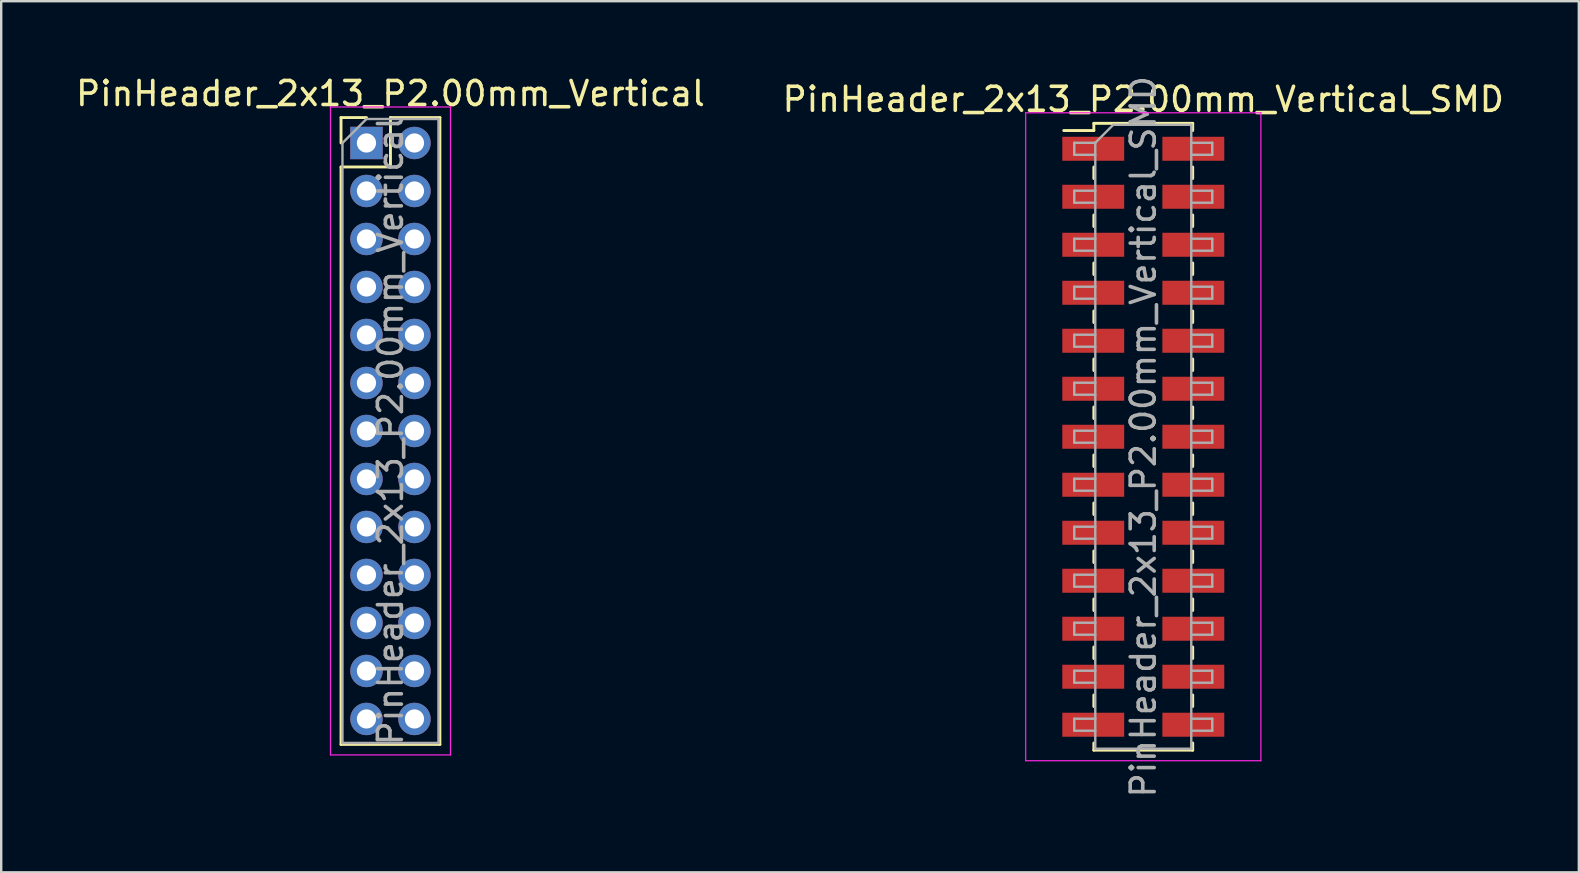
<source format=kicad_pcb>
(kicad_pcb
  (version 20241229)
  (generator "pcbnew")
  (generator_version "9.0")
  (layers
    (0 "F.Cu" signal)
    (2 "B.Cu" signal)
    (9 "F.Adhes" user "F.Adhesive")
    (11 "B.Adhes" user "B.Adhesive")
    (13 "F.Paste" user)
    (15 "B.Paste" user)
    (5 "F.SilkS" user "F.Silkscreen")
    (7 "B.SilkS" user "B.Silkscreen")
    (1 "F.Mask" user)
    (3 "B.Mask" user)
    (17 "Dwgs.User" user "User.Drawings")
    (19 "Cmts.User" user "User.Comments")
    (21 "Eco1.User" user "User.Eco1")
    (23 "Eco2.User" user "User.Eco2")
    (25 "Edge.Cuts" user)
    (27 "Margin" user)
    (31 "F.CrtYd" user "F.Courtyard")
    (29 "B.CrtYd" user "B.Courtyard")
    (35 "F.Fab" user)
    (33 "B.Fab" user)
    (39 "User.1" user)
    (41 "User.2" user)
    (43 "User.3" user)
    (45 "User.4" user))
  (footprint "PinHeader_2x13_P2.00mm_Vertical_SMD"
    (layer "F.Cu")
    (at 44.589 15.149)
    (property "Reference" "PinHeader_2x13_P2.00mm_Vertical_SMD" (at 0 -14.06 0) (layer "F.SilkS") (effects (font (size 1 1) (thickness 0.15))))
    (attr smd)
    (fp_line (start -3.315 -12.76) (end -2.06 -12.76) (stroke (width 0.12) (type solid)) (layer "F.SilkS"))
    (fp_line (start -2.06 -13.06) (end -2.06 -12.76) (stroke (width 0.12) (type solid)) (layer "F.SilkS"))
    (fp_line (start -2.06 -13.06) (end 2.06 -13.06) (stroke (width 0.12) (type solid)) (layer "F.SilkS"))
    (fp_line (start -2.06 -11.24) (end -2.06 -10.76) (stroke (width 0.12) (type solid)) (layer "F.SilkS"))
    (fp_line (start -2.06 -9.24) (end -2.06 -8.76) (stroke (width 0.12) (type solid)) (layer "F.SilkS"))
    (fp_line (start -2.06 -7.24) (end -2.06 -6.76) (stroke (width 0.12) (type solid)) (layer "F.SilkS"))
    (fp_line (start -2.06 -5.24) (end -2.06 -4.76) (stroke (width 0.12) (type solid)) (layer "F.SilkS"))
    (fp_line (start -2.06 -3.24) (end -2.06 -2.76) (stroke (width 0.12) (type solid)) (layer "F.SilkS"))
    (fp_line (start -2.06 -1.24) (end -2.06 -0.76) (stroke (width 0.12) (type solid)) (layer "F.SilkS"))
    (fp_line (start -2.06 0.76) (end -2.06 1.24) (stroke (width 0.12) (type solid)) (layer "F.SilkS"))
    (fp_line (start -2.06 2.76) (end -2.06 3.24) (stroke (width 0.12) (type solid)) (layer "F.SilkS"))
    (fp_line (start -2.06 4.76) (end -2.06 5.24) (stroke (width 0.12) (type solid)) (layer "F.SilkS"))
    (fp_line (start -2.06 6.76) (end -2.06 7.24) (stroke (width 0.12) (type solid)) (layer "F.SilkS"))
    (fp_line (start -2.06 8.76) (end -2.06 9.24) (stroke (width 0.12) (type solid)) (layer "F.SilkS"))
    (fp_line (start -2.06 10.76) (end -2.06 11.24) (stroke (width 0.12) (type solid)) (layer "F.SilkS"))
    (fp_line (start -2.06 12.76) (end -2.06 13.06) (stroke (width 0.12) (type solid)) (layer "F.SilkS"))
    (fp_line (start -2.06 13.06) (end 2.06 13.06) (stroke (width 0.12) (type solid)) (layer "F.SilkS"))
    (fp_line (start 2.06 -13.06) (end 2.06 -12.76) (stroke (width 0.12) (type solid)) (layer "F.SilkS"))
    (fp_line (start 2.06 -11.24) (end 2.06 -10.76) (stroke (width 0.12) (type solid)) (layer "F.SilkS"))
    (fp_line (start 2.06 -9.24) (end 2.06 -8.76) (stroke (width 0.12) (type solid)) (layer "F.SilkS"))
    (fp_line (start 2.06 -7.24) (end 2.06 -6.76) (stroke (width 0.12) (type solid)) (layer "F.SilkS"))
    (fp_line (start 2.06 -5.24) (end 2.06 -4.76) (stroke (width 0.12) (type solid)) (layer "F.SilkS"))
    (fp_line (start 2.06 -3.24) (end 2.06 -2.76) (stroke (width 0.12) (type solid)) (layer "F.SilkS"))
    (fp_line (start 2.06 -1.24) (end 2.06 -0.76) (stroke (width 0.12) (type solid)) (layer "F.SilkS"))
    (fp_line (start 2.06 0.76) (end 2.06 1.24) (stroke (width 0.12) (type solid)) (layer "F.SilkS"))
    (fp_line (start 2.06 2.76) (end 2.06 3.24) (stroke (width 0.12) (type solid)) (layer "F.SilkS"))
    (fp_line (start 2.06 4.76) (end 2.06 5.24) (stroke (width 0.12) (type solid)) (layer "F.SilkS"))
    (fp_line (start 2.06 6.76) (end 2.06 7.24) (stroke (width 0.12) (type solid)) (layer "F.SilkS"))
    (fp_line (start 2.06 8.76) (end 2.06 9.24) (stroke (width 0.12) (type solid)) (layer "F.SilkS"))
    (fp_line (start 2.06 10.76) (end 2.06 11.24) (stroke (width 0.12) (type solid)) (layer "F.SilkS"))
    (fp_line (start 2.06 12.76) (end 2.06 13.06) (stroke (width 0.12) (type solid)) (layer "F.SilkS"))
    (fp_line (start -4.9 -13.5) (end -4.9 13.5) (stroke (width 0.05) (type solid)) (layer "F.CrtYd"))
    (fp_line (start -4.9 13.5) (end 4.9 13.5) (stroke (width 0.05) (type solid)) (layer "F.CrtYd"))
    (fp_line (start 4.9 -13.5) (end -4.9 -13.5) (stroke (width 0.05) (type solid)) (layer "F.CrtYd"))
    (fp_line (start 4.9 13.5) (end 4.9 -13.5) (stroke (width 0.05) (type solid)) (layer "F.CrtYd"))
    (fp_line (start -2.875 -12.25) (end -2.875 -11.75) (stroke (width 0.1) (type solid)) (layer "F.Fab"))
    (fp_line (start -2.875 -11.75) (end -2 -11.75) (stroke (width 0.1) (type solid)) (layer "F.Fab"))
    (fp_line (start -2.875 -10.25) (end -2.875 -9.75) (stroke (width 0.1) (type solid)) (layer "F.Fab"))
    (fp_line (start -2.875 -9.75) (end -2 -9.75) (stroke (width 0.1) (type solid)) (layer "F.Fab"))
    (fp_line (start -2.875 -8.25) (end -2.875 -7.75) (stroke (width 0.1) (type solid)) (layer "F.Fab"))
    (fp_line (start -2.875 -7.75) (end -2 -7.75) (stroke (width 0.1) (type solid)) (layer "F.Fab"))
    (fp_line (start -2.875 -6.25) (end -2.875 -5.75) (stroke (width 0.1) (type solid)) (layer "F.Fab"))
    (fp_line (start -2.875 -5.75) (end -2 -5.75) (stroke (width 0.1) (type solid)) (layer "F.Fab"))
    (fp_line (start -2.875 -4.25) (end -2.875 -3.75) (stroke (width 0.1) (type solid)) (layer "F.Fab"))
    (fp_line (start -2.875 -3.75) (end -2 -3.75) (stroke (width 0.1) (type solid)) (layer "F.Fab"))
    (fp_line (start -2.875 -2.25) (end -2.875 -1.75) (stroke (width 0.1) (type solid)) (layer "F.Fab"))
    (fp_line (start -2.875 -1.75) (end -2 -1.75) (stroke (width 0.1) (type solid)) (layer "F.Fab"))
    (fp_line (start -2.875 -0.25) (end -2.875 0.25) (stroke (width 0.1) (type solid)) (layer "F.Fab"))
    (fp_line (start -2.875 0.25) (end -2 0.25) (stroke (width 0.1) (type solid)) (layer "F.Fab"))
    (fp_line (start -2.875 1.75) (end -2.875 2.25) (stroke (width 0.1) (type solid)) (layer "F.Fab"))
    (fp_line (start -2.875 2.25) (end -2 2.25) (stroke (width 0.1) (type solid)) (layer "F.Fab"))
    (fp_line (start -2.875 3.75) (end -2.875 4.25) (stroke (width 0.1) (type solid)) (layer "F.Fab"))
    (fp_line (start -2.875 4.25) (end -2 4.25) (stroke (width 0.1) (type solid)) (layer "F.Fab"))
    (fp_line (start -2.875 5.75) (end -2.875 6.25) (stroke (width 0.1) (type solid)) (layer "F.Fab"))
    (fp_line (start -2.875 6.25) (end -2 6.25) (stroke (width 0.1) (type solid)) (layer "F.Fab"))
    (fp_line (start -2.875 7.75) (end -2.875 8.25) (stroke (width 0.1) (type solid)) (layer "F.Fab"))
    (fp_line (start -2.875 8.25) (end -2 8.25) (stroke (width 0.1) (type solid)) (layer "F.Fab"))
    (fp_line (start -2.875 9.75) (end -2.875 10.25) (stroke (width 0.1) (type solid)) (layer "F.Fab"))
    (fp_line (start -2.875 10.25) (end -2 10.25) (stroke (width 0.1) (type solid)) (layer "F.Fab"))
    (fp_line (start -2.875 11.75) (end -2.875 12.25) (stroke (width 0.1) (type solid)) (layer "F.Fab"))
    (fp_line (start -2.875 12.25) (end -2 12.25) (stroke (width 0.1) (type solid)) (layer "F.Fab"))
    (fp_line (start -2 -12.25) (end -2.875 -12.25) (stroke (width 0.1) (type solid)) (layer "F.Fab"))
    (fp_line (start -2 -12.25) (end -1.25 -13) (stroke (width 0.1) (type solid)) (layer "F.Fab"))
    (fp_line (start -2 -10.25) (end -2.875 -10.25) (stroke (width 0.1) (type solid)) (layer "F.Fab"))
    (fp_line (start -2 -8.25) (end -2.875 -8.25) (stroke (width 0.1) (type solid)) (layer "F.Fab"))
    (fp_line (start -2 -6.25) (end -2.875 -6.25) (stroke (width 0.1) (type solid)) (layer "F.Fab"))
    (fp_line (start -2 -4.25) (end -2.875 -4.25) (stroke (width 0.1) (type solid)) (layer "F.Fab"))
    (fp_line (start -2 -2.25) (end -2.875 -2.25) (stroke (width 0.1) (type solid)) (layer "F.Fab"))
    (fp_line (start -2 -0.25) (end -2.875 -0.25) (stroke (width 0.1) (type solid)) (layer "F.Fab"))
    (fp_line (start -2 1.75) (end -2.875 1.75) (stroke (width 0.1) (type solid)) (layer "F.Fab"))
    (fp_line (start -2 3.75) (end -2.875 3.75) (stroke (width 0.1) (type solid)) (layer "F.Fab"))
    (fp_line (start -2 5.75) (end -2.875 5.75) (stroke (width 0.1) (type solid)) (layer "F.Fab"))
    (fp_line (start -2 7.75) (end -2.875 7.75) (stroke (width 0.1) (type solid)) (layer "F.Fab"))
    (fp_line (start -2 9.75) (end -2.875 9.75) (stroke (width 0.1) (type solid)) (layer "F.Fab"))
    (fp_line (start -2 11.75) (end -2.875 11.75) (stroke (width 0.1) (type solid)) (layer "F.Fab"))
    (fp_line (start -2 13) (end -2 -12.25) (stroke (width 0.1) (type solid)) (layer "F.Fab"))
    (fp_line (start -1.25 -13) (end 2 -13) (stroke (width 0.1) (type solid)) (layer "F.Fab"))
    (fp_line (start 2 -13) (end 2 13) (stroke (width 0.1) (type solid)) (layer "F.Fab"))
    (fp_line (start 2 -12.25) (end 2.875 -12.25) (stroke (width 0.1) (type solid)) (layer "F.Fab"))
    (fp_line (start 2 -10.25) (end 2.875 -10.25) (stroke (width 0.1) (type solid)) (layer "F.Fab"))
    (fp_line (start 2 -8.25) (end 2.875 -8.25) (stroke (width 0.1) (type solid)) (layer "F.Fab"))
    (fp_line (start 2 -6.25) (end 2.875 -6.25) (stroke (width 0.1) (type solid)) (layer "F.Fab"))
    (fp_line (start 2 -4.25) (end 2.875 -4.25) (stroke (width 0.1) (type solid)) (layer "F.Fab"))
    (fp_line (start 2 -2.25) (end 2.875 -2.25) (stroke (width 0.1) (type solid)) (layer "F.Fab"))
    (fp_line (start 2 -0.25) (end 2.875 -0.25) (stroke (width 0.1) (type solid)) (layer "F.Fab"))
    (fp_line (start 2 1.75) (end 2.875 1.75) (stroke (width 0.1) (type solid)) (layer "F.Fab"))
    (fp_line (start 2 3.75) (end 2.875 3.75) (stroke (width 0.1) (type solid)) (layer "F.Fab"))
    (fp_line (start 2 5.75) (end 2.875 5.75) (stroke (width 0.1) (type solid)) (layer "F.Fab"))
    (fp_line (start 2 7.75) (end 2.875 7.75) (stroke (width 0.1) (type solid)) (layer "F.Fab"))
    (fp_line (start 2 9.75) (end 2.875 9.75) (stroke (width 0.1) (type solid)) (layer "F.Fab"))
    (fp_line (start 2 11.75) (end 2.875 11.75) (stroke (width 0.1) (type solid)) (layer "F.Fab"))
    (fp_line (start 2 13) (end -2 13) (stroke (width 0.1) (type solid)) (layer "F.Fab"))
    (fp_line (start 2.875 -12.25) (end 2.875 -11.75) (stroke (width 0.1) (type solid)) (layer "F.Fab"))
    (fp_line (start 2.875 -11.75) (end 2 -11.75) (stroke (width 0.1) (type solid)) (layer "F.Fab"))
    (fp_line (start 2.875 -10.25) (end 2.875 -9.75) (stroke (width 0.1) (type solid)) (layer "F.Fab"))
    (fp_line (start 2.875 -9.75) (end 2 -9.75) (stroke (width 0.1) (type solid)) (layer "F.Fab"))
    (fp_line (start 2.875 -8.25) (end 2.875 -7.75) (stroke (width 0.1) (type solid)) (layer "F.Fab"))
    (fp_line (start 2.875 -7.75) (end 2 -7.75) (stroke (width 0.1) (type solid)) (layer "F.Fab"))
    (fp_line (start 2.875 -6.25) (end 2.875 -5.75) (stroke (width 0.1) (type solid)) (layer "F.Fab"))
    (fp_line (start 2.875 -5.75) (end 2 -5.75) (stroke (width 0.1) (type solid)) (layer "F.Fab"))
    (fp_line (start 2.875 -4.25) (end 2.875 -3.75) (stroke (width 0.1) (type solid)) (layer "F.Fab"))
    (fp_line (start 2.875 -3.75) (end 2 -3.75) (stroke (width 0.1) (type solid)) (layer "F.Fab"))
    (fp_line (start 2.875 -2.25) (end 2.875 -1.75) (stroke (width 0.1) (type solid)) (layer "F.Fab"))
    (fp_line (start 2.875 -1.75) (end 2 -1.75) (stroke (width 0.1) (type solid)) (layer "F.Fab"))
    (fp_line (start 2.875 -0.25) (end 2.875 0.25) (stroke (width 0.1) (type solid)) (layer "F.Fab"))
    (fp_line (start 2.875 0.25) (end 2 0.25) (stroke (width 0.1) (type solid)) (layer "F.Fab"))
    (fp_line (start 2.875 1.75) (end 2.875 2.25) (stroke (width 0.1) (type solid)) (layer "F.Fab"))
    (fp_line (start 2.875 2.25) (end 2 2.25) (stroke (width 0.1) (type solid)) (layer "F.Fab"))
    (fp_line (start 2.875 3.75) (end 2.875 4.25) (stroke (width 0.1) (type solid)) (layer "F.Fab"))
    (fp_line (start 2.875 4.25) (end 2 4.25) (stroke (width 0.1) (type solid)) (layer "F.Fab"))
    (fp_line (start 2.875 5.75) (end 2.875 6.25) (stroke (width 0.1) (type solid)) (layer "F.Fab"))
    (fp_line (start 2.875 6.25) (end 2 6.25) (stroke (width 0.1) (type solid)) (layer "F.Fab"))
    (fp_line (start 2.875 7.75) (end 2.875 8.25) (stroke (width 0.1) (type solid)) (layer "F.Fab"))
    (fp_line (start 2.875 8.25) (end 2 8.25) (stroke (width 0.1) (type solid)) (layer "F.Fab"))
    (fp_line (start 2.875 9.75) (end 2.875 10.25) (stroke (width 0.1) (type solid)) (layer "F.Fab"))
    (fp_line (start 2.875 10.25) (end 2 10.25) (stroke (width 0.1) (type solid)) (layer "F.Fab"))
    (fp_line (start 2.875 11.75) (end 2.875 12.25) (stroke (width 0.1) (type solid)) (layer "F.Fab"))
    (fp_line (start 2.875 12.25) (end 2 12.25) (stroke (width 0.1) (type solid)) (layer "F.Fab"))
    (fp_text user "${REFERENCE}" (at 0 0 90) (layer "F.Fab") (effects (font (size 1 1) (thickness 0.15))))
    (pad "1" smd rect (at -2.085 -12) (size 2.58 1) (layers "F.Cu" "F.Mask" "F.Paste"))
    (pad "2" smd rect (at 2.085 -12) (size 2.58 1) (layers "F.Cu" "F.Mask" "F.Paste"))
    (pad "3" smd rect (at -2.085 -10) (size 2.58 1) (layers "F.Cu" "F.Mask" "F.Paste"))
    (pad "4" smd rect (at 2.085 -10) (size 2.58 1) (layers "F.Cu" "F.Mask" "F.Paste"))
    (pad "5" smd rect (at -2.085 -8) (size 2.58 1) (layers "F.Cu" "F.Mask" "F.Paste"))
    (pad "6" smd rect (at 2.085 -8) (size 2.58 1) (layers "F.Cu" "F.Mask" "F.Paste"))
    (pad "7" smd rect (at -2.085 -6) (size 2.58 1) (layers "F.Cu" "F.Mask" "F.Paste"))
    (pad "8" smd rect (at 2.085 -6) (size 2.58 1) (layers "F.Cu" "F.Mask" "F.Paste"))
    (pad "9" smd rect (at -2.085 -4) (size 2.58 1) (layers "F.Cu" "F.Mask" "F.Paste"))
    (pad "10" smd rect (at 2.085 -4) (size 2.58 1) (layers "F.Cu" "F.Mask" "F.Paste"))
    (pad "11" smd rect (at -2.085 -2) (size 2.58 1) (layers "F.Cu" "F.Mask" "F.Paste"))
    (pad "12" smd rect (at 2.085 -2) (size 2.58 1) (layers "F.Cu" "F.Mask" "F.Paste"))
    (pad "13" smd rect (at -2.085 0) (size 2.58 1) (layers "F.Cu" "F.Mask" "F.Paste"))
    (pad "14" smd rect (at 2.085 0) (size 2.58 1) (layers "F.Cu" "F.Mask" "F.Paste"))
    (pad "15" smd rect (at -2.085 2) (size 2.58 1) (layers "F.Cu" "F.Mask" "F.Paste"))
    (pad "16" smd rect (at 2.085 2) (size 2.58 1) (layers "F.Cu" "F.Mask" "F.Paste"))
    (pad "17" smd rect (at -2.085 4) (size 2.58 1) (layers "F.Cu" "F.Mask" "F.Paste"))
    (pad "18" smd rect (at 2.085 4) (size 2.58 1) (layers "F.Cu" "F.Mask" "F.Paste"))
    (pad "19" smd rect (at -2.085 6) (size 2.58 1) (layers "F.Cu" "F.Mask" "F.Paste"))
    (pad "20" smd rect (at 2.085 6) (size 2.58 1) (layers "F.Cu" "F.Mask" "F.Paste"))
    (pad "21" smd rect (at -2.085 8) (size 2.58 1) (layers "F.Cu" "F.Mask" "F.Paste"))
    (pad "22" smd rect (at 2.085 8) (size 2.58 1) (layers "F.Cu" "F.Mask" "F.Paste"))
    (pad "23" smd rect (at -2.085 10) (size 2.58 1) (layers "F.Cu" "F.Mask" "F.Paste"))
    (pad "24" smd rect (at 2.085 10) (size 2.58 1) (layers "F.Cu" "F.Mask" "F.Paste"))
    (pad "25" smd rect (at -2.085 12) (size 2.58 1) (layers "F.Cu" "F.Mask" "F.Paste"))
    (pad "26" smd rect (at 2.085 12) (size 2.58 1) (layers "F.Cu" "F.Mask" "F.Paste")))
  (footprint "PinHeader_2x13_P2.00mm_Vertical"
    (layer "F.Cu")
    (at 12.22 2.908)
    (property "Reference" "PinHeader_2x13_P2.00mm_Vertical" (at 1 -2.06 0) (layer "F.SilkS") (effects (font (size 1 1) (thickness 0.15))))
    (attr through_hole)
    (fp_line (start -1.06 -1.06) (end 0 -1.06) (stroke (width 0.12) (type solid)) (layer "F.SilkS"))
    (fp_line (start -1.06 0) (end -1.06 -1.06) (stroke (width 0.12) (type solid)) (layer "F.SilkS"))
    (fp_line (start -1.06 1) (end -1.06 25.06) (stroke (width 0.12) (type solid)) (layer "F.SilkS"))
    (fp_line (start -1.06 1) (end 1 1) (stroke (width 0.12) (type solid)) (layer "F.SilkS"))
    (fp_line (start -1.06 25.06) (end 3.06 25.06) (stroke (width 0.12) (type solid)) (layer "F.SilkS"))
    (fp_line (start 1 -1.06) (end 3.06 -1.06) (stroke (width 0.12) (type solid)) (layer "F.SilkS"))
    (fp_line (start 1 1) (end 1 -1.06) (stroke (width 0.12) (type solid)) (layer "F.SilkS"))
    (fp_line (start 3.06 -1.06) (end 3.06 25.06) (stroke (width 0.12) (type solid)) (layer "F.SilkS"))
    (fp_line (start -1.5 -1.5) (end -1.5 25.5) (stroke (width 0.05) (type solid)) (layer "F.CrtYd"))
    (fp_line (start -1.5 25.5) (end 3.5 25.5) (stroke (width 0.05) (type solid)) (layer "F.CrtYd"))
    (fp_line (start 3.5 -1.5) (end -1.5 -1.5) (stroke (width 0.05) (type solid)) (layer "F.CrtYd"))
    (fp_line (start 3.5 25.5) (end 3.5 -1.5) (stroke (width 0.05) (type solid)) (layer "F.CrtYd"))
    (fp_line (start -1 0) (end 0 -1) (stroke (width 0.1) (type solid)) (layer "F.Fab"))
    (fp_line (start -1 25) (end -1 0) (stroke (width 0.1) (type solid)) (layer "F.Fab"))
    (fp_line (start 0 -1) (end 3 -1) (stroke (width 0.1) (type solid)) (layer "F.Fab"))
    (fp_line (start 3 -1) (end 3 25) (stroke (width 0.1) (type solid)) (layer "F.Fab"))
    (fp_line (start 3 25) (end -1 25) (stroke (width 0.1) (type solid)) (layer "F.Fab"))
    (fp_text user "${REFERENCE}" (at 1 12 90) (layer "F.Fab") (effects (font (size 1 1) (thickness 0.15))))
    (pad "1" thru_hole rect (at 0 0) (size 1.35 1.35) (drill 0.8) (layers "*.Cu" "*.Mask"))
    (pad "2" thru_hole oval (at 2 0) (size 1.35 1.35) (drill 0.8) (layers "*.Cu" "*.Mask"))
    (pad "3" thru_hole oval (at 0 2) (size 1.35 1.35) (drill 0.8) (layers "*.Cu" "*.Mask"))
    (pad "4" thru_hole oval (at 2 2) (size 1.35 1.35) (drill 0.8) (layers "*.Cu" "*.Mask"))
    (pad "5" thru_hole oval (at 0 4) (size 1.35 1.35) (drill 0.8) (layers "*.Cu" "*.Mask"))
    (pad "6" thru_hole oval (at 2 4) (size 1.35 1.35) (drill 0.8) (layers "*.Cu" "*.Mask"))
    (pad "7" thru_hole oval (at 0 6) (size 1.35 1.35) (drill 0.8) (layers "*.Cu" "*.Mask"))
    (pad "8" thru_hole oval (at 2 6) (size 1.35 1.35) (drill 0.8) (layers "*.Cu" "*.Mask"))
    (pad "9" thru_hole oval (at 0 8) (size 1.35 1.35) (drill 0.8) (layers "*.Cu" "*.Mask"))
    (pad "10" thru_hole oval (at 2 8) (size 1.35 1.35) (drill 0.8) (layers "*.Cu" "*.Mask"))
    (pad "11" thru_hole oval (at 0 10) (size 1.35 1.35) (drill 0.8) (layers "*.Cu" "*.Mask"))
    (pad "12" thru_hole oval (at 2 10) (size 1.35 1.35) (drill 0.8) (layers "*.Cu" "*.Mask"))
    (pad "13" thru_hole oval (at 0 12) (size 1.35 1.35) (drill 0.8) (layers "*.Cu" "*.Mask"))
    (pad "14" thru_hole oval (at 2 12) (size 1.35 1.35) (drill 0.8) (layers "*.Cu" "*.Mask"))
    (pad "15" thru_hole oval (at 0 14) (size 1.35 1.35) (drill 0.8) (layers "*.Cu" "*.Mask"))
    (pad "16" thru_hole oval (at 2 14) (size 1.35 1.35) (drill 0.8) (layers "*.Cu" "*.Mask"))
    (pad "17" thru_hole oval (at 0 16) (size 1.35 1.35) (drill 0.8) (layers "*.Cu" "*.Mask"))
    (pad "18" thru_hole oval (at 2 16) (size 1.35 1.35) (drill 0.8) (layers "*.Cu" "*.Mask"))
    (pad "19" thru_hole oval (at 0 18) (size 1.35 1.35) (drill 0.8) (layers "*.Cu" "*.Mask"))
    (pad "20" thru_hole oval (at 2 18) (size 1.35 1.35) (drill 0.8) (layers "*.Cu" "*.Mask"))
    (pad "21" thru_hole oval (at 0 20) (size 1.35 1.35) (drill 0.8) (layers "*.Cu" "*.Mask"))
    (pad "22" thru_hole oval (at 2 20) (size 1.35 1.35) (drill 0.8) (layers "*.Cu" "*.Mask"))
    (pad "23" thru_hole oval (at 0 22) (size 1.35 1.35) (drill 0.8) (layers "*.Cu" "*.Mask"))
    (pad "24" thru_hole oval (at 2 22) (size 1.35 1.35) (drill 0.8) (layers "*.Cu" "*.Mask"))
    (pad "25" thru_hole oval (at 0 24) (size 1.35 1.35) (drill 0.8) (layers "*.Cu" "*.Mask"))
    (pad "26" thru_hole oval (at 2 24) (size 1.35 1.35) (drill 0.8) (layers "*.Cu" "*.Mask")))
  (gr_rect
    (start -3 -3)
    (end 62.738 33.298)
    (stroke (width 0.1) (type default))
    (fill no)
    (layer "Edge.Cuts")))
</source>
